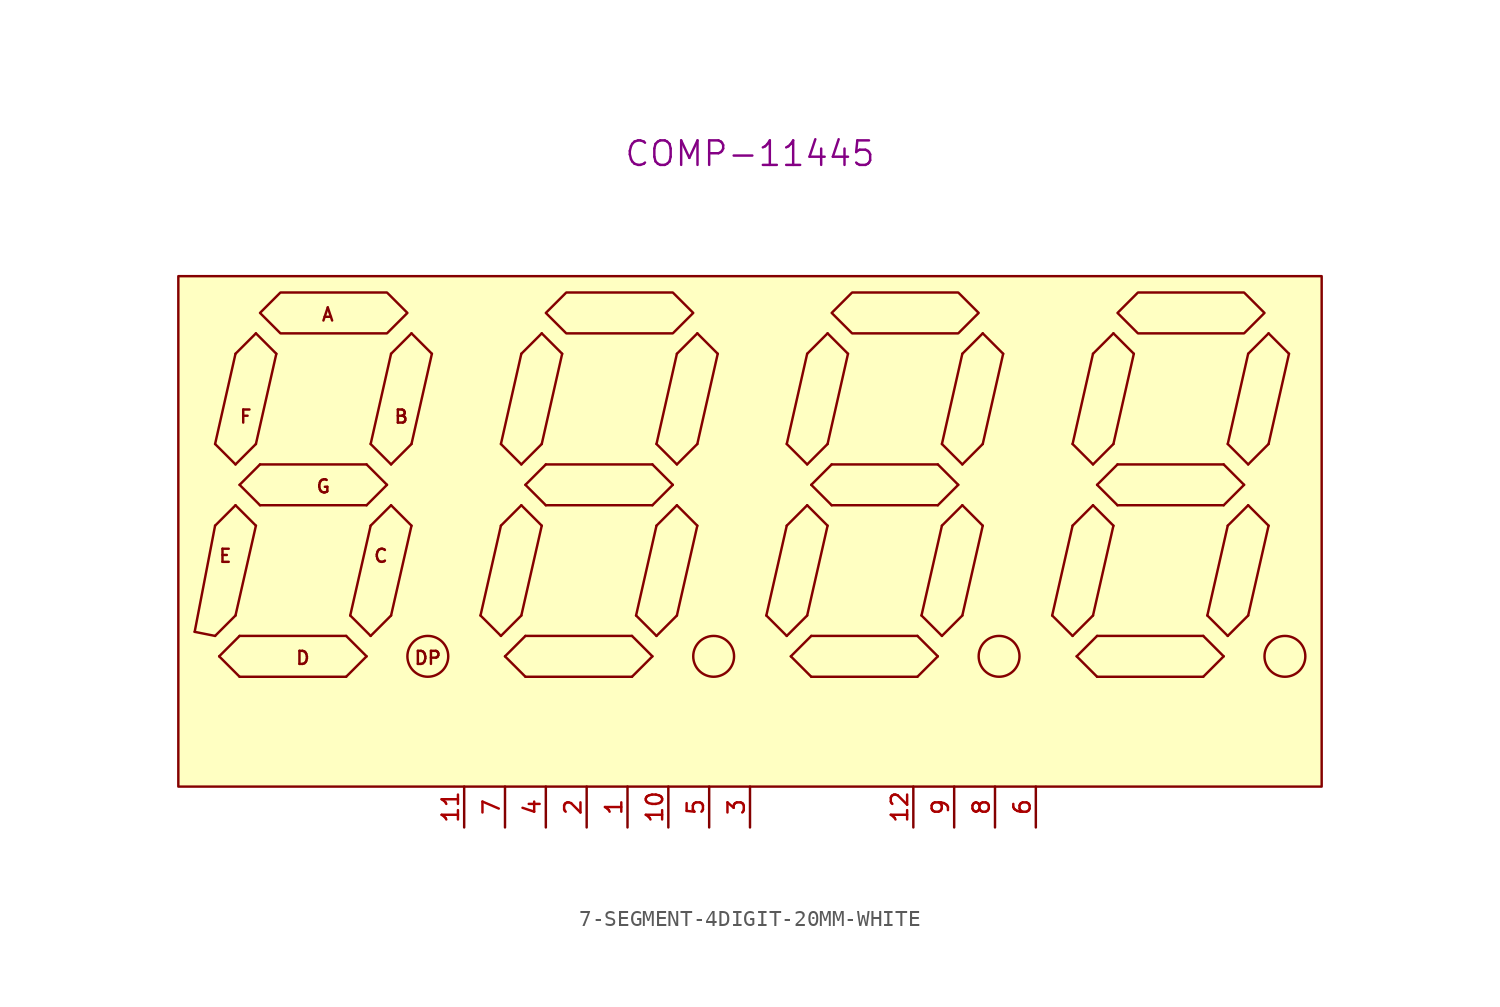
<source format=kicad_sym>
(kicad_symbol_lib
  (version 20220914)
  (generator kicad_symbol_editor)
  (symbol "7-SEGMENT-4DIGIT-20MM-WHITE"
    (pin_names
      (offset 1.016) hide)
    (property "Reference" "DISP"
      (at 0 20.32 0)
      (effects (font (size 1.143 1.143)) hide))
    (property "Field4" "COMP-11445"
      (at 0 24.13 0)
      (effects (font (size 1.524 1.524))))
    (property "ki_locked" ""
      (at 0 0 0)
      (effects (font (size 1.27 1.27))))
    (symbol "7-SEGMENT-4DIGIT-20MM-WHITE_1_0"
      (polyline (pts (xy -34.544 -5.613) (xy -33.274 -5.867)) (stroke (width 0) (type solid)) (fill (type none)))
      (polyline (pts (xy -33.274 -5.867) (xy -32.004 -4.597)) (stroke (width 0) (type solid)) (fill (type none)))
      (polyline (pts (xy -33.274 0.991) (xy -34.544 -5.613)) (stroke (width 0) (type solid)) (fill (type none)))
      (polyline (pts (xy -33.274 6.071) (xy -32.004 4.801)) (stroke (width 0) (type solid)) (fill (type none)))
      (polyline (pts (xy -33.02 -7.137) (xy -31.75 -8.407)) (stroke (width 0) (type solid)) (fill (type none)))
      (polyline (pts (xy -33.02 -7.137) (xy -31.75 -5.867)) (stroke (width 0) (type solid)) (fill (type none)))
      (polyline (pts (xy -32.004 -4.597) (xy -30.734 0.991)) (stroke (width 0) (type solid)) (fill (type none)))
      (polyline (pts (xy -32.004 2.261) (xy -33.274 0.991)) (stroke (width 0) (type solid)) (fill (type none)))
      (polyline (pts (xy -32.004 2.261) (xy -30.734 0.991)) (stroke (width 0) (type solid)) (fill (type none)))
      (polyline (pts (xy -32.004 4.801) (xy -30.734 6.071)) (stroke (width 0) (type solid)) (fill (type none)))
      (polyline (pts (xy -32.004 11.684) (xy -33.274 6.071)) (stroke (width 0) (type solid)) (fill (type none)))
      (polyline (pts (xy -31.75 -8.407) (xy -25.121 -8.407)) (stroke (width 0) (type solid)) (fill (type none)))
      (polyline (pts (xy -31.75 3.531) (xy -30.48 2.261)) (stroke (width 0) (type solid)) (fill (type none)))
      (polyline (pts (xy -31.75 3.531) (xy -30.48 4.801)) (stroke (width 0) (type solid)) (fill (type none)))
      (polyline (pts (xy -30.734 6.071) (xy -29.464 11.684)) (stroke (width 0) (type solid)) (fill (type none)))
      (polyline (pts (xy -30.734 12.954) (xy -32.004 11.684)) (stroke (width 0) (type solid)) (fill (type none)))
      (polyline (pts (xy -30.734 12.954) (xy -29.464 11.684)) (stroke (width 0) (type solid)) (fill (type none)))
      (polyline (pts (xy -30.48 2.261) (xy -23.851 2.261)) (stroke (width 0) (type solid)) (fill (type none)))
      (polyline (pts (xy -25.121 -8.407) (xy -23.851 -7.137)) (stroke (width 0) (type solid)) (fill (type none)))
      (polyline (pts (xy -25.121 -5.867) (xy -31.75 -5.867)) (stroke (width 0) (type solid)) (fill (type none)))
      (polyline (pts (xy -24.867 -4.597) (xy -23.597 -5.867)) (stroke (width 0) (type solid)) (fill (type none)))
      (polyline (pts (xy -23.851 -7.137) (xy -25.121 -5.867)) (stroke (width 0) (type solid)) (fill (type none)))
      (polyline (pts (xy -23.851 2.261) (xy -22.581 3.531)) (stroke (width 0) (type solid)) (fill (type none)))
      (polyline (pts (xy -23.851 4.801) (xy -30.48 4.801)) (stroke (width 0) (type solid)) (fill (type none)))
      (polyline (pts (xy -23.597 -5.867) (xy -22.327 -4.597)) (stroke (width 0) (type solid)) (fill (type none)))
      (polyline (pts (xy -23.597 0.991) (xy -24.867 -4.597)) (stroke (width 0) (type solid)) (fill (type none)))
      (polyline (pts (xy -23.597 6.071) (xy -22.327 4.801)) (stroke (width 0) (type solid)) (fill (type none)))
      (polyline (pts (xy -22.581 3.531) (xy -23.851 4.801)) (stroke (width 0) (type solid)) (fill (type none)))
      (polyline (pts (xy -22.327 -4.597) (xy -21.057 0.991)) (stroke (width 0) (type solid)) (fill (type none)))
      (polyline (pts (xy -22.327 2.261) (xy -23.597 0.991)) (stroke (width 0) (type solid)) (fill (type none)))
      (polyline (pts (xy -22.327 2.261) (xy -21.057 0.991)) (stroke (width 0) (type solid)) (fill (type none)))
      (polyline (pts (xy -22.327 4.801) (xy -21.057 6.071)) (stroke (width 0) (type solid)) (fill (type none)))
      (polyline (pts (xy -22.327 11.684) (xy -23.597 6.071)) (stroke (width 0) (type solid)) (fill (type none)))
      (polyline (pts (xy -21.057 6.071) (xy -19.787 11.684)) (stroke (width 0) (type solid)) (fill (type none)))
      (polyline (pts (xy -21.057 12.954) (xy -22.327 11.684)) (stroke (width 0) (type solid)) (fill (type none)))
      (polyline (pts (xy -21.057 12.954) (xy -19.787 11.684)) (stroke (width 0) (type solid)) (fill (type none)))
      (polyline (pts (xy -16.764 -4.597) (xy -15.494 -5.867)) (stroke (width 0) (type solid)) (fill (type none)))
      (polyline (pts (xy -15.494 -5.867) (xy -14.224 -4.597)) (stroke (width 0) (type solid)) (fill (type none)))
      (polyline (pts (xy -15.494 0.991) (xy -16.764 -4.597)) (stroke (width 0) (type solid)) (fill (type none)))
      (polyline (pts (xy -15.494 6.071) (xy -14.224 4.801)) (stroke (width 0) (type solid)) (fill (type none)))
      (polyline (pts (xy -15.24 -7.137) (xy -13.97 -8.407)) (stroke (width 0) (type solid)) (fill (type none)))
      (polyline (pts (xy -15.24 -7.137) (xy -13.97 -5.867)) (stroke (width 0) (type solid)) (fill (type none)))
      (polyline (pts (xy -14.224 -4.597) (xy -12.954 0.991)) (stroke (width 0) (type solid)) (fill (type none)))
      (polyline (pts (xy -14.224 2.261) (xy -15.494 0.991)) (stroke (width 0) (type solid)) (fill (type none)))
      (polyline (pts (xy -14.224 2.261) (xy -12.954 0.991)) (stroke (width 0) (type solid)) (fill (type none)))
      (polyline (pts (xy -14.224 4.801) (xy -12.954 6.071)) (stroke (width 0) (type solid)) (fill (type none)))
      (polyline (pts (xy -14.224 11.684) (xy -15.494 6.071)) (stroke (width 0) (type solid)) (fill (type none)))
      (polyline (pts (xy -13.97 -8.407) (xy -7.341 -8.407)) (stroke (width 0) (type solid)) (fill (type none)))
      (polyline (pts (xy -13.97 3.531) (xy -12.7 2.261)) (stroke (width 0) (type solid)) (fill (type none)))
      (polyline (pts (xy -13.97 3.531) (xy -12.7 4.801)) (stroke (width 0) (type solid)) (fill (type none)))
      (polyline (pts (xy -12.954 6.071) (xy -11.684 11.684)) (stroke (width 0) (type solid)) (fill (type none)))
      (polyline (pts (xy -12.954 12.954) (xy -14.224 11.684)) (stroke (width 0) (type solid)) (fill (type none)))
      (polyline (pts (xy -12.954 12.954) (xy -11.684 11.684)) (stroke (width 0) (type solid)) (fill (type none)))
      (polyline (pts (xy -12.7 2.261) (xy -6.071 2.261)) (stroke (width 0) (type solid)) (fill (type none)))
      (polyline (pts (xy -7.341 -8.407) (xy -6.071 -7.137)) (stroke (width 0) (type solid)) (fill (type none)))
      (polyline (pts (xy -7.341 -5.867) (xy -13.97 -5.867)) (stroke (width 0) (type solid)) (fill (type none)))
      (polyline (pts (xy -7.087 -4.597) (xy -5.817 -5.867)) (stroke (width 0) (type solid)) (fill (type none)))
      (polyline (pts (xy -6.071 -7.137) (xy -7.341 -5.867)) (stroke (width 0) (type solid)) (fill (type none)))
      (polyline (pts (xy -6.071 2.261) (xy -4.801 3.531)) (stroke (width 0) (type solid)) (fill (type none)))
      (polyline (pts (xy -6.071 4.801) (xy -12.7 4.801)) (stroke (width 0) (type solid)) (fill (type none)))
      (polyline (pts (xy -5.817 -5.867) (xy -4.547 -4.597)) (stroke (width 0) (type solid)) (fill (type none)))
      (polyline (pts (xy -5.817 0.991) (xy -7.087 -4.597)) (stroke (width 0) (type solid)) (fill (type none)))
      (polyline (pts (xy -5.817 6.071) (xy -4.547 4.801)) (stroke (width 0) (type solid)) (fill (type none)))
      (polyline (pts (xy -4.801 3.531) (xy -6.071 4.801)) (stroke (width 0) (type solid)) (fill (type none)))
      (polyline (pts (xy -4.547 -4.597) (xy -3.277 0.991)) (stroke (width 0) (type solid)) (fill (type none)))
      (polyline (pts (xy -4.547 2.261) (xy -5.817 0.991)) (stroke (width 0) (type solid)) (fill (type none)))
      (polyline (pts (xy -4.547 2.261) (xy -3.277 0.991)) (stroke (width 0) (type solid)) (fill (type none)))
      (polyline (pts (xy -4.547 4.801) (xy -3.277 6.071)) (stroke (width 0) (type solid)) (fill (type none)))
      (polyline (pts (xy -4.547 11.684) (xy -5.817 6.071)) (stroke (width 0) (type solid)) (fill (type none)))
      (polyline (pts (xy -3.277 6.071) (xy -2.007 11.684)) (stroke (width 0) (type solid)) (fill (type none)))
      (polyline (pts (xy -3.277 12.954) (xy -4.547 11.684)) (stroke (width 0) (type solid)) (fill (type none)))
      (polyline (pts (xy -3.277 12.954) (xy -2.007 11.684)) (stroke (width 0) (type solid)) (fill (type none)))
      (polyline (pts (xy 1.016 -4.597) (xy 2.286 -5.867)) (stroke (width 0) (type solid)) (fill (type none)))
      (polyline (pts (xy 2.286 -5.867) (xy 3.556 -4.597)) (stroke (width 0) (type solid)) (fill (type none)))
      (polyline (pts (xy 2.286 0.991) (xy 1.016 -4.597)) (stroke (width 0) (type solid)) (fill (type none)))
      (polyline (pts (xy 2.286 6.071) (xy 3.556 4.801)) (stroke (width 0) (type solid)) (fill (type none)))
      (polyline (pts (xy 2.54 -7.137) (xy 3.81 -8.407)) (stroke (width 0) (type solid)) (fill (type none)))
      (polyline (pts (xy 2.54 -7.137) (xy 3.81 -5.867)) (stroke (width 0) (type solid)) (fill (type none)))
      (polyline (pts (xy 3.556 -4.597) (xy 4.826 0.991)) (stroke (width 0) (type solid)) (fill (type none)))
      (polyline (pts (xy 3.556 2.261) (xy 2.286 0.991)) (stroke (width 0) (type solid)) (fill (type none)))
      (polyline (pts (xy 3.556 2.261) (xy 4.826 0.991)) (stroke (width 0) (type solid)) (fill (type none)))
      (polyline (pts (xy 3.556 4.801) (xy 4.826 6.071)) (stroke (width 0) (type solid)) (fill (type none)))
      (polyline (pts (xy 3.556 11.684) (xy 2.286 6.071)) (stroke (width 0) (type solid)) (fill (type none)))
      (polyline (pts (xy 3.81 -8.407) (xy 10.414 -8.407)) (stroke (width 0) (type solid)) (fill (type none)))
      (polyline (pts (xy 3.81 3.531) (xy 5.08 2.261)) (stroke (width 0) (type solid)) (fill (type none)))
      (polyline (pts (xy 3.81 3.531) (xy 5.08 4.801)) (stroke (width 0) (type solid)) (fill (type none)))
      (polyline (pts (xy 4.826 6.071) (xy 6.096 11.684)) (stroke (width 0) (type solid)) (fill (type none)))
      (polyline (pts (xy 4.826 12.954) (xy 3.556 11.684)) (stroke (width 0) (type solid)) (fill (type none)))
      (polyline (pts (xy 4.826 12.954) (xy 6.096 11.684)) (stroke (width 0) (type solid)) (fill (type none)))
      (polyline (pts (xy 5.08 2.261) (xy 11.684 2.261)) (stroke (width 0) (type solid)) (fill (type none)))
      (polyline (pts (xy 10.414 -8.407) (xy 11.684 -7.137)) (stroke (width 0) (type solid)) (fill (type none)))
      (polyline (pts (xy 10.414 -5.867) (xy 3.81 -5.867)) (stroke (width 0) (type solid)) (fill (type none)))
      (polyline (pts (xy 10.668 -4.597) (xy 11.938 -5.867)) (stroke (width 0) (type solid)) (fill (type none)))
      (polyline (pts (xy 11.684 -7.137) (xy 10.414 -5.867)) (stroke (width 0) (type solid)) (fill (type none)))
      (polyline (pts (xy 11.684 2.261) (xy 12.954 3.531)) (stroke (width 0) (type solid)) (fill (type none)))
      (polyline (pts (xy 11.684 4.801) (xy 5.08 4.801)) (stroke (width 0) (type solid)) (fill (type none)))
      (polyline (pts (xy 11.938 -5.867) (xy 13.208 -4.597)) (stroke (width 0) (type solid)) (fill (type none)))
      (polyline (pts (xy 11.938 0.991) (xy 10.668 -4.597)) (stroke (width 0) (type solid)) (fill (type none)))
      (polyline (pts (xy 11.938 6.071) (xy 13.208 4.801)) (stroke (width 0) (type solid)) (fill (type none)))
      (polyline (pts (xy 12.954 3.531) (xy 11.684 4.801)) (stroke (width 0) (type solid)) (fill (type none)))
      (polyline (pts (xy 13.208 -4.597) (xy 14.478 0.991)) (stroke (width 0) (type solid)) (fill (type none)))
      (polyline (pts (xy 13.208 2.261) (xy 11.938 0.991)) (stroke (width 0) (type solid)) (fill (type none)))
      (polyline (pts (xy 13.208 2.261) (xy 14.478 0.991)) (stroke (width 0) (type solid)) (fill (type none)))
      (polyline (pts (xy 13.208 4.801) (xy 14.478 6.071)) (stroke (width 0) (type solid)) (fill (type none)))
      (polyline (pts (xy 13.208 11.684) (xy 11.938 6.071)) (stroke (width 0) (type solid)) (fill (type none)))
      (polyline (pts (xy 14.478 6.071) (xy 15.748 11.684)) (stroke (width 0) (type solid)) (fill (type none)))
      (polyline (pts (xy 14.478 12.954) (xy 13.208 11.684)) (stroke (width 0) (type solid)) (fill (type none)))
      (polyline (pts (xy 14.478 12.954) (xy 15.748 11.684)) (stroke (width 0) (type solid)) (fill (type none)))
      (polyline (pts (xy 18.796 -4.597) (xy 20.066 -5.867)) (stroke (width 0) (type solid)) (fill (type none)))
      (polyline (pts (xy 20.066 -5.867) (xy 21.336 -4.597)) (stroke (width 0) (type solid)) (fill (type none)))
      (polyline (pts (xy 20.066 0.991) (xy 18.796 -4.597)) (stroke (width 0) (type solid)) (fill (type none)))
      (polyline (pts (xy 20.066 6.071) (xy 21.336 4.801)) (stroke (width 0) (type solid)) (fill (type none)))
      (polyline (pts (xy 20.32 -7.137) (xy 21.59 -8.407)) (stroke (width 0) (type solid)) (fill (type none)))
      (polyline (pts (xy 20.32 -7.137) (xy 21.59 -5.867)) (stroke (width 0) (type solid)) (fill (type none)))
      (polyline (pts (xy 21.336 -4.597) (xy 22.606 0.991)) (stroke (width 0) (type solid)) (fill (type none)))
      (polyline (pts (xy 21.336 2.261) (xy 20.066 0.991)) (stroke (width 0) (type solid)) (fill (type none)))
      (polyline (pts (xy 21.336 2.261) (xy 22.606 0.991)) (stroke (width 0) (type solid)) (fill (type none)))
      (polyline (pts (xy 21.336 4.801) (xy 22.606 6.071)) (stroke (width 0) (type solid)) (fill (type none)))
      (polyline (pts (xy 21.336 11.684) (xy 20.066 6.071)) (stroke (width 0) (type solid)) (fill (type none)))
      (polyline (pts (xy 21.59 -8.407) (xy 28.194 -8.407)) (stroke (width 0) (type solid)) (fill (type none)))
      (polyline (pts (xy 21.59 3.531) (xy 22.86 2.261)) (stroke (width 0) (type solid)) (fill (type none)))
      (polyline (pts (xy 21.59 3.531) (xy 22.86 4.801)) (stroke (width 0) (type solid)) (fill (type none)))
      (polyline (pts (xy 22.606 6.071) (xy 23.876 11.684)) (stroke (width 0) (type solid)) (fill (type none)))
      (polyline (pts (xy 22.606 12.954) (xy 21.336 11.684)) (stroke (width 0) (type solid)) (fill (type none)))
      (polyline (pts (xy 22.606 12.954) (xy 23.876 11.684)) (stroke (width 0) (type solid)) (fill (type none)))
      (polyline (pts (xy 22.86 2.261) (xy 29.464 2.261)) (stroke (width 0) (type solid)) (fill (type none)))
      (polyline (pts (xy 28.194 -8.407) (xy 29.464 -7.137)) (stroke (width 0) (type solid)) (fill (type none)))
      (polyline (pts (xy 28.194 -5.867) (xy 21.59 -5.867)) (stroke (width 0) (type solid)) (fill (type none)))
      (polyline (pts (xy 28.448 -4.597) (xy 29.718 -5.867)) (stroke (width 0) (type solid)) (fill (type none)))
      (polyline (pts (xy 29.464 -7.137) (xy 28.194 -5.867)) (stroke (width 0) (type solid)) (fill (type none)))
      (polyline (pts (xy 29.464 2.261) (xy 30.734 3.531)) (stroke (width 0) (type solid)) (fill (type none)))
      (polyline (pts (xy 29.464 4.801) (xy 22.86 4.801)) (stroke (width 0) (type solid)) (fill (type none)))
      (polyline (pts (xy 29.718 -5.867) (xy 30.988 -4.597)) (stroke (width 0) (type solid)) (fill (type none)))
      (polyline (pts (xy 29.718 0.991) (xy 28.448 -4.597)) (stroke (width 0) (type solid)) (fill (type none)))
      (polyline (pts (xy 29.718 6.071) (xy 30.988 4.801)) (stroke (width 0) (type solid)) (fill (type none)))
      (polyline (pts (xy 30.734 3.531) (xy 29.464 4.801)) (stroke (width 0) (type solid)) (fill (type none)))
      (polyline (pts (xy 30.988 -4.597) (xy 32.258 0.991)) (stroke (width 0) (type solid)) (fill (type none)))
      (polyline (pts (xy 30.988 2.261) (xy 29.718 0.991)) (stroke (width 0) (type solid)) (fill (type none)))
      (polyline (pts (xy 30.988 2.261) (xy 32.258 0.991)) (stroke (width 0) (type solid)) (fill (type none)))
      (polyline (pts (xy 30.988 4.801) (xy 32.258 6.071)) (stroke (width 0) (type solid)) (fill (type none)))
      (polyline (pts (xy 30.988 11.684) (xy 29.718 6.071)) (stroke (width 0) (type solid)) (fill (type none)))
      (polyline (pts (xy 32.258 6.071) (xy 33.528 11.684)) (stroke (width 0) (type solid)) (fill (type none)))
      (polyline (pts (xy 32.258 12.954) (xy 30.988 11.684)) (stroke (width 0) (type solid)) (fill (type none)))
      (polyline (pts (xy 32.258 12.954) (xy 33.528 11.684)) (stroke (width 0) (type solid)) (fill (type none)))
      (text "A" (at -26.264 14.122 0) (effects (font (size 0.813 0.813))))
      (text "B" (at -21.692 7.772 0) (effects (font (size 0.813 0.813))))
      (text "C" (at -22.962 -0.889 0) (effects (font (size 0.813 0.813))))
      (text "D" (at -27.813 -7.239 0) (effects (font (size 0.813 0.813))))
      (text "DP" (at -20.041 -7.239 0) (effects (font (size 0.813 0.813))))
      (text "E" (at -32.639 -0.889 0) (effects (font (size 0.813 0.813))))
      (text "F" (at -31.369 7.772 0) (effects (font (size 0.813 0.813))))
      (text "G" (at -26.543 3.429 0) (effects (font (size 0.813 0.813)))))
    (symbol "7-SEGMENT-4DIGIT-20MM-WHITE_1_1"
      (circle (center -20.041 -7.137) (radius 1.27) (stroke (width 0) (type solid)) (fill (type none)))
      (circle (center -2.261 -7.137) (radius 1.27) (stroke (width 0) (type solid)) (fill (type none)))
      (polyline (pts (xy -35.56 16.51) (xy 35.56 16.51) (xy 35.56 -15.24) (xy -35.56 -15.24) (xy -35.56 16.51)) (stroke (width 0) (type solid)) (fill (type background)))
      (polyline (pts (xy -22.581 15.494) (xy -21.311 14.224) (xy -22.581 12.954) (xy -29.21 12.954) (xy -30.48 14.224) (xy -29.21 15.494) (xy -22.581 15.494)) (stroke (width 0) (type solid)) (fill (type background)))
      (polyline (pts (xy -4.801 15.494) (xy -3.531 14.224) (xy -4.801 12.954) (xy -11.43 12.954) (xy -12.7 14.224) (xy -11.43 15.494) (xy -4.801 15.494)) (stroke (width 0) (type solid)) (fill (type background)))
      (polyline (pts (xy 12.954 15.494) (xy 14.224 14.224) (xy 12.954 12.954) (xy 6.35 12.954) (xy 5.08 14.224) (xy 6.35 15.494) (xy 12.954 15.494)) (stroke (width 0) (type solid)) (fill (type background)))
      (polyline (pts (xy 30.734 15.494) (xy 32.004 14.224) (xy 30.734 12.954) (xy 24.13 12.954) (xy 22.86 14.224) (xy 24.13 15.494) (xy 30.734 15.494)) (stroke (width 0) (type solid)) (fill (type background)))
      (circle (center 15.494 -7.137) (radius 1.27) (stroke (width 0) (type solid)) (fill (type none)))
      (circle (center 33.274 -7.137) (radius 1.27) (stroke (width 0) (type solid)) (fill (type none)))
      (pin bidirectional line (at -7.62 -17.78 90) (length 2.54) (name "E" (effects (font (size 1.016 1.016)))) (number "1" (effects (font (size 1.016 1.016)))))
      (pin bidirectional line (at -5.08 -17.78 90) (length 2.54) (name "F" (effects (font (size 1.016 1.016)))) (number "10" (effects (font (size 1.016 1.016)))))
      (pin bidirectional line (at -17.78 -17.78 90) (length 2.54) (name "A" (effects (font (size 1.016 1.016)))) (number "11" (effects (font (size 1.016 1.016)))))
      (pin bidirectional line (at 10.16 -17.78 90) (length 2.54) (name "D1" (effects (font (size 1.016 1.016)))) (number "12" (effects (font (size 1.016 1.016)))))
      (pin bidirectional line (at -10.16 -17.78 90) (length 2.54) (name "D" (effects (font (size 1.016 1.016)))) (number "2" (effects (font (size 1.016 1.016)))))
      (pin bidirectional line (at 0 -17.78 90) (length 2.54) (name "DP" (effects (font (size 1.016 1.016)))) (number "3" (effects (font (size 1.016 1.016)))))
      (pin bidirectional line (at -12.7 -17.78 90) (length 2.54) (name "C" (effects (font (size 1.016 1.016)))) (number "4" (effects (font (size 1.016 1.016)))))
      (pin bidirectional line (at -2.54 -17.78 90) (length 2.54) (name "G" (effects (font (size 1.016 1.016)))) (number "5" (effects (font (size 1.016 1.016)))))
      (pin bidirectional line (at 17.78 -17.78 90) (length 2.54) (name "D4" (effects (font (size 1.016 1.016)))) (number "6" (effects (font (size 1.016 1.016)))))
      (pin bidirectional line (at -15.24 -17.78 90) (length 2.54) (name "B" (effects (font (size 1.016 1.016)))) (number "7" (effects (font (size 1.016 1.016)))))
      (pin bidirectional line (at 15.24 -17.78 90) (length 2.54) (name "D3" (effects (font (size 1.016 1.016)))) (number "8" (effects (font (size 1.016 1.016)))))
      (pin bidirectional line (at 12.7 -17.78 90) (length 2.54) (name "D2" (effects (font (size 1.016 1.016)))) (number "9" (effects (font (size 1.016 1.016))))))))
</source>
